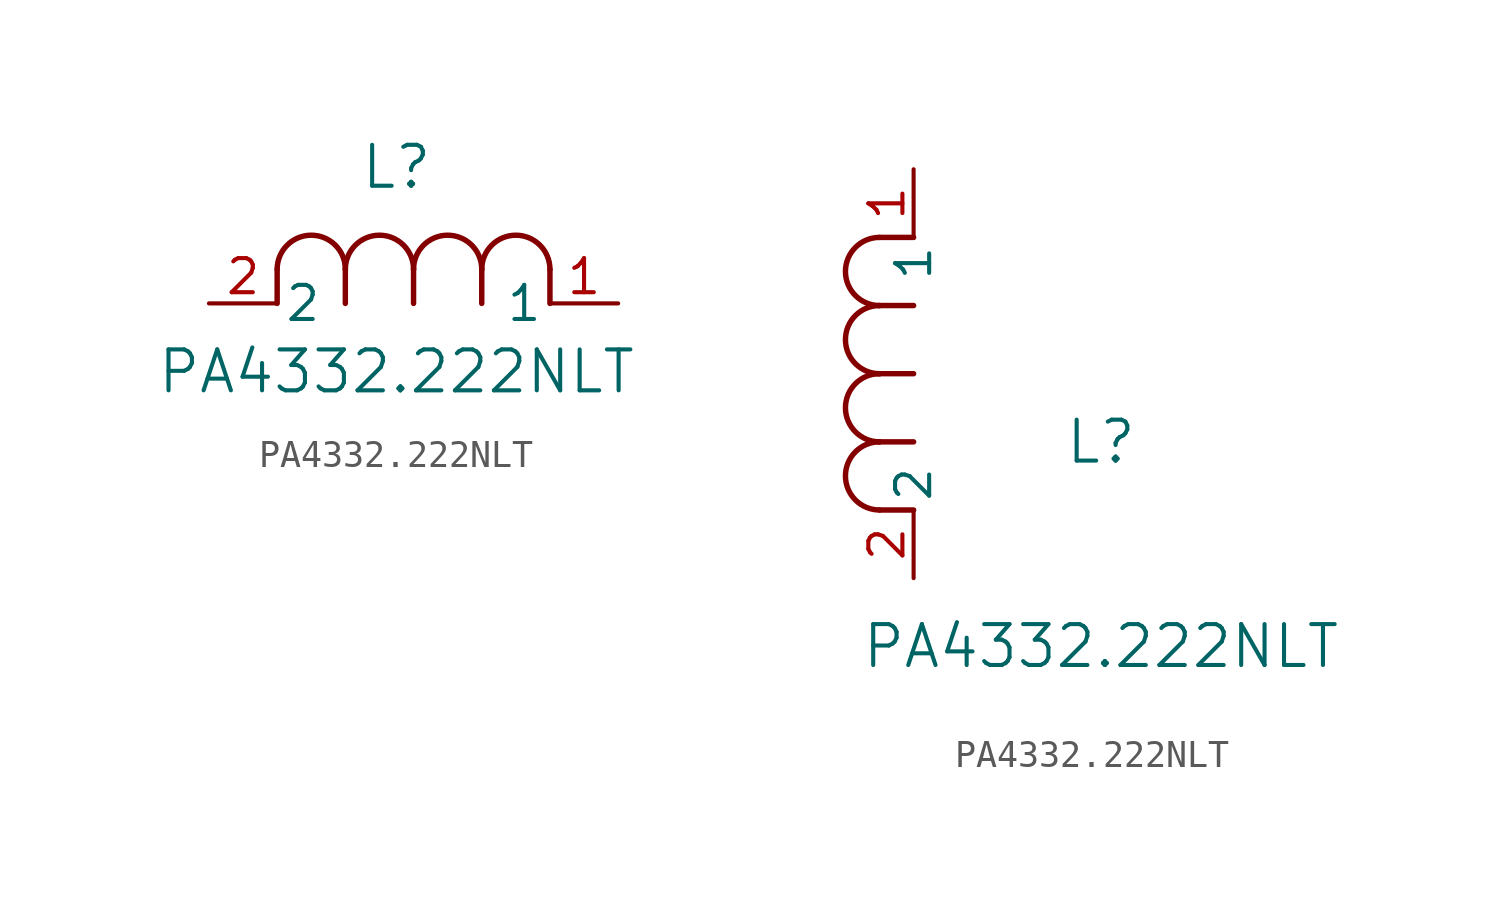
<source format=kicad_sym>
(kicad_symbol_lib
  (version 20211014)
  (generator kicad_symbol_editor)
  (symbol "PA4332.222NLT"
    (pin_names
      (offset 0.254))
    (property "Reference" "L"
      (at 6.985 5.08 0)
      (effects (font (size 1.524 1.524))))
    (property "Value" "PA4332.222NLT"
      (at 6.985 -2.54 0)
      (effects (font (size 1.524 1.524))))
    (symbol "PA4332.222NLT_1_1"
      (arc (start 7.62 1.27) (mid 6.35 2.54) (end 5.08 1.27) (stroke (width 0.2032) (type default) (color 0 0 0 0)) (fill (type none)))
      (polyline (pts (xy 5.08 0) (xy 5.08 1.27)) (stroke (width 0.203) (type default) (color 0 0 0 0)) (fill (type none)))
      (polyline (pts (xy 7.62 0) (xy 7.62 1.27)) (stroke (width 0.203) (type default) (color 0 0 0 0)) (fill (type none)))
      (polyline (pts (xy 12.7 0) (xy 12.7 1.27)) (stroke (width 0.203) (type default) (color 0 0 0 0)) (fill (type none)))
      (arc (start 5.08 1.27) (mid 3.81 2.54) (end 2.54 1.27) (stroke (width 0.2032) (type default) (color 0 0 0 0)) (fill (type none)))
      (arc (start 10.16 1.27) (mid 8.89 2.54) (end 7.62 1.27) (stroke (width 0.2032) (type default) (color 0 0 0 0)) (fill (type none)))
      (arc (start 12.7 1.27) (mid 11.43 2.54) (end 10.16 1.27) (stroke (width 0.2032) (type default) (color 0 0 0 0)) (fill (type none)))
      (polyline (pts (xy 2.54 0) (xy 2.54 1.27)) (stroke (width 0.203) (type default) (color 0 0 0 0)) (fill (type none)))
      (polyline (pts (xy 10.16 0) (xy 10.16 1.27)) (stroke (width 0.203) (type default) (color 0 0 0 0)) (fill (type none)))
      (pin unspecified line (at 0 0 0) (length 2.54) (name "2" (effects (font (size 1.27 1.27)))) (number "2" (effects (font (size 1.27 1.27)))))
      (pin unspecified line (at 15.24 0 180) (length 2.54) (name "1" (effects (font (size 1.27 1.27)))) (number "1" (effects (font (size 1.27 1.27))))))
    (symbol "PA4332.222NLT_1_2"
      (arc (start -1.27 7.62) (mid -2.54 6.35) (end -1.27 5.08) (stroke (width 0.2032) (type default) (color 0 0 0 0)) (fill (type none)))
      (arc (start -1.27 5.08) (mid -2.54 3.81) (end -1.27 2.54) (stroke (width 0.2032) (type default) (color 0 0 0 0)) (fill (type none)))
      (arc (start -1.27 12.7) (mid -2.54 11.43) (end -1.27 10.16) (stroke (width 0.2032) (type default) (color 0 0 0 0)) (fill (type none)))
      (arc (start -1.27 10.16) (mid -2.54 8.89) (end -1.27 7.62) (stroke (width 0.2032) (type default) (color 0 0 0 0)) (fill (type none)))
      (polyline (pts (xy 0 7.62) (xy -1.27 7.62)) (stroke (width 0.203) (type default) (color 0 0 0 0)) (fill (type none)))
      (polyline (pts (xy 0 5.08) (xy -1.27 5.08)) (stroke (width 0.203) (type default) (color 0 0 0 0)) (fill (type none)))
      (polyline (pts (xy 0 12.7) (xy -1.27 12.7)) (stroke (width 0.203) (type default) (color 0 0 0 0)) (fill (type none)))
      (polyline (pts (xy 0 2.54) (xy -1.27 2.54)) (stroke (width 0.203) (type default) (color 0 0 0 0)) (fill (type none)))
      (polyline (pts (xy 0 10.16) (xy -1.27 10.16)) (stroke (width 0.203) (type default) (color 0 0 0 0)) (fill (type none)))
      (pin unspecified line (at 0 0 90) (length 2.54) (name "2" (effects (font (size 1.27 1.27)))) (number "2" (effects (font (size 1.27 1.27)))))
      (pin unspecified line (at 0 15.24 270) (length 2.54) (name "1" (effects (font (size 1.27 1.27)))) (number "1" (effects (font (size 1.27 1.27))))))))
</source>
